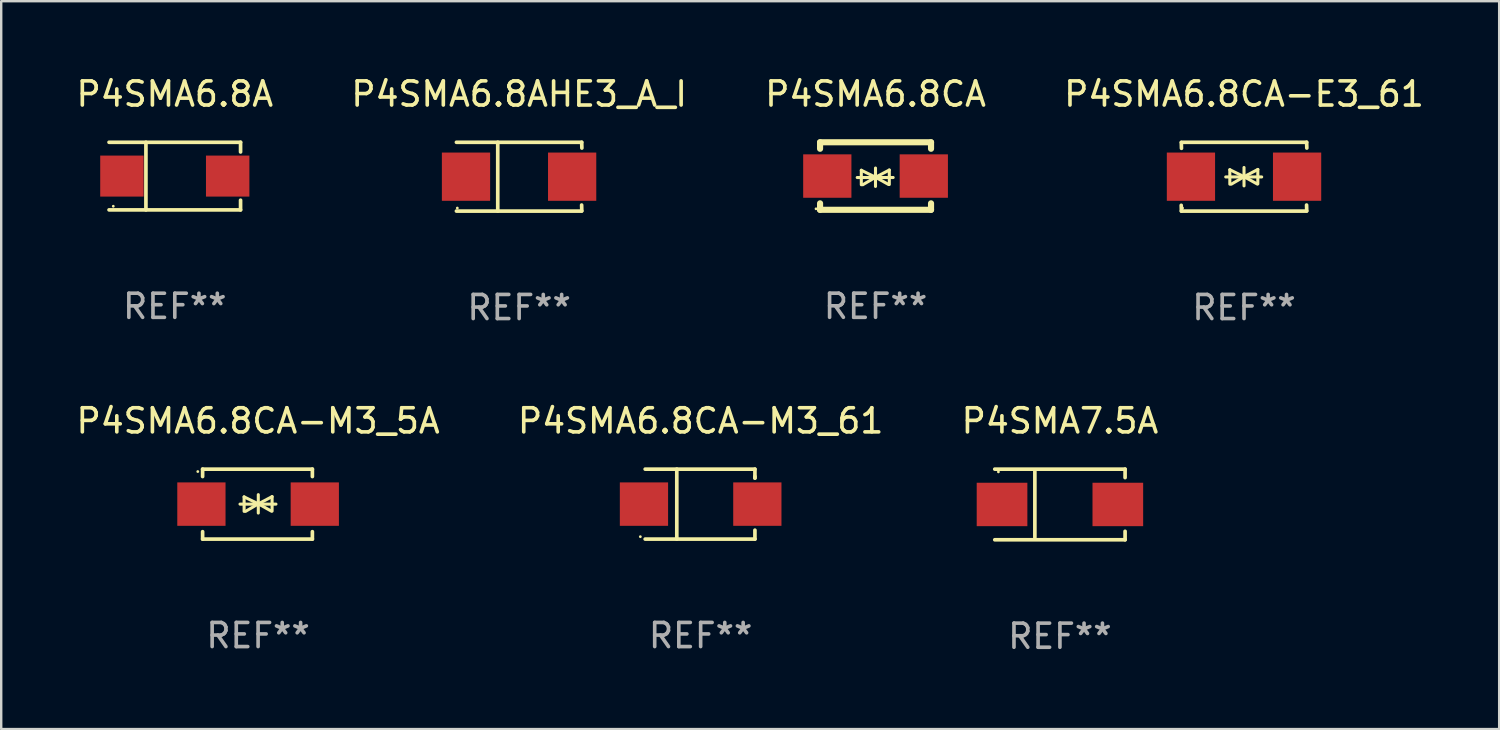
<source format=kicad_pcb>
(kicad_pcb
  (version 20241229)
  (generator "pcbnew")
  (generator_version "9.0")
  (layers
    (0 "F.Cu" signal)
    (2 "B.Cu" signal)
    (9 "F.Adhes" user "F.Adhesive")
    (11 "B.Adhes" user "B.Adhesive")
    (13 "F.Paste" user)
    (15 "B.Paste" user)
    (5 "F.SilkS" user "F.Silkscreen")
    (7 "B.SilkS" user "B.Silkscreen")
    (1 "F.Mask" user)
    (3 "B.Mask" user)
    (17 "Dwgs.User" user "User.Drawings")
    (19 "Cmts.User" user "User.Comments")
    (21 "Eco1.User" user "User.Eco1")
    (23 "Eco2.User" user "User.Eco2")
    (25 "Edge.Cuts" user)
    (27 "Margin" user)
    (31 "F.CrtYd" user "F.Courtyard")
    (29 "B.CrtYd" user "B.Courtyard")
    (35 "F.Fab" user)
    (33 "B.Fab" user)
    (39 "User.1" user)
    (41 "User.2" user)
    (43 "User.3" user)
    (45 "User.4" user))
  (footprint "P4SMA6.8CA-E3_61"
    (layer "F.Cu")
    (at 48.518 4.274)
    (property "Reference" "P4SMA6.8CA-E3_61" (at 0 -3.426 0) (layer "F.SilkS") (effects (font (size 1 1) (thickness 0.15))))
    (attr through_hole)
    (fp_line (start -2.596 -1.426) (end 2.596 -1.426) (stroke (width 0.152) (type solid)) (layer "F.SilkS"))
    (fp_line (start -2.596 1.426) (end -2.603 1.187) (stroke (width 0.152) (type solid)) (layer "F.SilkS"))
    (fp_line (start -2.596 1.426) (end 2.596 1.426) (stroke (width 0.152) (type solid)) (layer "F.SilkS"))
    (fp_line (start -2.593 -1.176) (end -2.6 -1.415) (stroke (width 0.152) (type solid)) (layer "F.SilkS"))
    (fp_line (start -0.758 0.011) (end 0.732 0.011) (stroke (width 0.127) (type solid)) (layer "F.SilkS"))
    (fp_line (start -0.588 -0.289) (end -0.588 0.311) (stroke (width 0.127) (type solid)) (layer "F.SilkS"))
    (fp_line (start -0.588 -0.289) (end 0 0) (stroke (width 0.127) (type solid)) (layer "F.SilkS"))
    (fp_line (start -0.528 0.311) (end 0 0) (stroke (width 0.127) (type solid)) (layer "F.SilkS"))
    (fp_line (start 0 0) (end 0 -0.381) (stroke (width 0.127) (type solid)) (layer "F.SilkS"))
    (fp_line (start 0 0) (end 0 0.381) (stroke (width 0.127) (type solid)) (layer "F.SilkS"))
    (fp_line (start 0.542 0.301) (end 0 0) (stroke (width 0.127) (type solid)) (layer "F.SilkS"))
    (fp_line (start 0.572 -0.299) (end 0 0) (stroke (width 0.127) (type solid)) (layer "F.SilkS"))
    (fp_line (start 0.572 -0.299) (end 0.572 0.301) (stroke (width 0.127) (type solid)) (layer "F.SilkS"))
    (fp_line (start 2.593 1.176) (end 2.6 1.415) (stroke (width 0.152) (type solid)) (layer "F.SilkS"))
    (fp_line (start 2.596 -1.426) (end 2.603 -1.187) (stroke (width 0.152) (type solid)) (layer "F.SilkS"))
    (fp_circle (center -2.55 1.3) (end -2.52 1.3) (stroke (width 0.06) (type solid)) (fill no) (layer "F.SilkS"))
    (fp_text user "REF**" (at 0 5.426 0) (layer "F.Fab") (effects (font (size 1 1) (thickness 0.15))))
    (pad "1" smd rect (at -2.2 0 180) (size 2 2) (layers "F.Cu" "F.Mask" "F.Paste"))
    (pad "2" smd rect (at 2.2 0 180) (size 2 2) (layers "F.Cu" "F.Mask" "F.Paste")))
  (footprint "P4SMA7.5A"
    (layer "F.Cu")
    (at 40.887 17.861)
    (property "Reference" "P4SMA7.5A" (at 0 -3.464 0) (layer "F.SilkS") (effects (font (size 1 1) (thickness 0.15))))
    (attr through_hole)
    (fp_line (start -2.701 -1.464) (end 2.701 -1.464) (stroke (width 0.152) (type solid)) (layer "F.SilkS"))
    (fp_line (start -2.701 1.464) (end 2.701 1.464) (stroke (width 0.152) (type solid)) (layer "F.SilkS"))
    (fp_line (start -1.039 -1.364) (end -1.039 1.364) (stroke (width 0.152) (type solid)) (layer "F.SilkS"))
    (fp_line (start 2.701 -1.464) (end 2.701 -1.113) (stroke (width 0.152) (type solid)) (layer "F.SilkS"))
    (fp_line (start 2.701 1.464) (end 2.701 1.113) (stroke (width 0.152) (type solid)) (layer "F.SilkS"))
    (fp_circle (center -2.55 -1.35) (end -2.52 -1.35) (stroke (width 0.06) (type solid)) (fill no) (layer "F.SilkS"))
    (fp_text user "REF**" (at 0 5.464 0) (layer "F.Fab") (effects (font (size 1 1) (thickness 0.15))))
    (pad "1" smd rect (at -2.4 0) (size 2.1 1.8) (layers "F.Cu" "F.Mask" "F.Paste"))
    (pad "2" smd rect (at 2.4 0) (size 2.1 1.8) (layers "F.Cu" "F.Mask" "F.Paste")))
  (footprint "P4SMA6.8AHE3_A_I"
    (layer "F.Cu")
    (at 18.47 4.274)
    (property "Reference" "P4SMA6.8AHE3_A_I" (at 0 -3.426 0) (layer "F.SilkS") (effects (font (size 1 1) (thickness 0.15))))
    (attr through_hole)
    (fp_line (start -2.6 -1.426) (end 2.593 -1.426) (stroke (width 0.152) (type solid)) (layer "F.SilkS"))
    (fp_line (start -2.6 1.426) (end 2.593 1.426) (stroke (width 0.152) (type solid)) (layer "F.SilkS"))
    (fp_line (start -0.887 -1.426) (end -0.887 1.426) (stroke (width 0.152) (type solid)) (layer "F.SilkS"))
    (fp_line (start 2.59 1.176) (end 2.597 1.415) (stroke (width 0.152) (type solid)) (layer "F.SilkS"))
    (fp_line (start 2.593 -1.426) (end 2.6 -1.187) (stroke (width 0.152) (type solid)) (layer "F.SilkS"))
    (fp_circle (center -2.563 1.3) (end -2.533 1.3) (stroke (width 0.06) (type solid)) (fill no) (layer "F.SilkS"))
    (fp_text user "REF**" (at 0 5.426 0) (layer "F.Fab") (effects (font (size 1 1) (thickness 0.15))))
    (pad "1" smd rect (at -2.203 -0.000025 180) (size 2 2) (layers "F.Cu" "F.Mask" "F.Paste"))
    (pad "2" smd rect (at 2.197 -0.000025 180) (size 2 2) (layers "F.Cu" "F.Mask" "F.Paste")))
  (footprint "P4SMA6.8CA"
    (layer "F.Cu")
    (at 33.244 4.248)
    (property "Reference" "P4SMA6.8CA" (at 0 -3.4 0) (layer "F.SilkS") (effects (font (size 1 1) (thickness 0.15))))
    (attr through_hole)
    (fp_line (start -2.3 -1.4) (end -2.3 -1.131) (stroke (width 0.254) (type solid)) (layer "F.SilkS"))
    (fp_line (start -2.3 -1.4) (end 2.3 -1.4) (stroke (width 0.254) (type solid)) (layer "F.SilkS"))
    (fp_line (start -2.3 1.131) (end -2.3 1.4) (stroke (width 0.254) (type solid)) (layer "F.SilkS"))
    (fp_line (start -2.3 1.4) (end 2.3 1.4) (stroke (width 0.254) (type solid)) (layer "F.SilkS"))
    (fp_line (start -0.76 0.06) (end 0.73 0.06) (stroke (width 0.127) (type solid)) (layer "F.SilkS"))
    (fp_line (start -0.59 -0.24) (end -0.59 0.36) (stroke (width 0.127) (type solid)) (layer "F.SilkS"))
    (fp_line (start -0.59 -0.24) (end -0.002 0.049) (stroke (width 0.127) (type solid)) (layer "F.SilkS"))
    (fp_line (start -0.53 0.36) (end -0.002 0.049) (stroke (width 0.127) (type solid)) (layer "F.SilkS"))
    (fp_line (start -0.002 0.049) (end -0.002 -0.332) (stroke (width 0.127) (type solid)) (layer "F.SilkS"))
    (fp_line (start -0.002 0.049) (end -0.002 0.43) (stroke (width 0.127) (type solid)) (layer "F.SilkS"))
    (fp_line (start 0.54 0.35) (end -0.002 0.049) (stroke (width 0.127) (type solid)) (layer "F.SilkS"))
    (fp_line (start 0.57 -0.25) (end -0.002 0.049) (stroke (width 0.127) (type solid)) (layer "F.SilkS"))
    (fp_line (start 0.57 -0.25) (end 0.57 0.35) (stroke (width 0.127) (type solid)) (layer "F.SilkS"))
    (fp_line (start 2.3 -1.4) (end 2.3 -1.131) (stroke (width 0.254) (type solid)) (layer "F.SilkS"))
    (fp_line (start 2.3 1.131) (end 2.3 1.4) (stroke (width 0.254) (type solid)) (layer "F.SilkS"))
    (fp_circle (center -2.467 1.358) (end -2.437 1.358) (stroke (width 0.06) (type solid)) (fill no) (layer "F.SilkS"))
    (fp_text user "REF**" (at 0 5.4 0) (layer "F.Fab") (effects (font (size 1 1) (thickness 0.15))))
    (pad "1" smd rect (at -2 0.000127) (size 2 1.8) (layers "F.Cu" "F.Mask" "F.Paste"))
    (pad "2" smd rect (at 2 0.000127) (size 2 1.8) (layers "F.Cu" "F.Mask" "F.Paste")))
  (footprint "P4SMA6.8CA-M3_61"
    (layer "F.Cu")
    (at 25.994 17.847)
    (property "Reference" "P4SMA6.8CA-M3_61" (at 0 -3.45 0) (layer "F.SilkS") (effects (font (size 1 1) (thickness 0.15))))
    (attr through_hole)
    (fp_line (start -2.3 -1.45) (end 2.25 -1.45) (stroke (width 0.152) (type solid)) (layer "F.SilkS"))
    (fp_line (start -0.989 -1.45) (end -0.989 1.45) (stroke (width 0.152) (type solid)) (layer "F.SilkS"))
    (fp_line (start 2.25 -1.45) (end 2.25 -1.08) (stroke (width 0.152) (type solid)) (layer "F.SilkS"))
    (fp_line (start 2.25 -1.08) (end 2.25 -1.142) (stroke (width 0.152) (type solid)) (layer "F.SilkS"))
    (fp_line (start 2.25 1.45) (end -2.3 1.45) (stroke (width 0.152) (type solid)) (layer "F.SilkS"))
    (fp_line (start 2.25 1.45) (end 2.25 1.08) (stroke (width 0.152) (type solid)) (layer "F.SilkS"))
    (fp_circle (center -2.5 1.35) (end -2.47 1.35) (stroke (width 0.06) (type solid)) (fill no) (layer "F.SilkS"))
    (fp_text user "REF**" (at 0 5.45 0) (layer "F.Fab") (effects (font (size 1 1) (thickness 0.15))))
    (pad "1" smd rect (at -2.35 0.000025) (size 2 1.8) (layers "F.Cu" "F.Mask" "F.Paste"))
    (pad "2" smd rect (at 2.35 0.000025) (size 2 1.8) (layers "F.Cu" "F.Mask" "F.Paste")))
  (footprint "P4SMA6.8A"
    (layer "F.Cu")
    (at 4.196 4.249)
    (property "Reference" "P4SMA6.8A" (at 0 -3.401 0) (layer "F.SilkS") (effects (font (size 1 1) (thickness 0.15))))
    (attr through_hole)
    (fp_line (start -2.726 -1.401) (end 2.726 -1.401) (stroke (width 0.152) (type solid)) (layer "F.SilkS"))
    (fp_line (start -2.726 1.401) (end 2.726 1.401) (stroke (width 0.152) (type solid)) (layer "F.SilkS"))
    (fp_line (start -1.197 -1.401) (end -1.197 1.401) (stroke (width 0.152) (type solid)) (layer "F.SilkS"))
    (fp_line (start 2.726 -1.401) (end 2.726 -1) (stroke (width 0.152) (type solid)) (layer "F.SilkS"))
    (fp_line (start 2.726 1.401) (end 2.726 1) (stroke (width 0.152) (type solid)) (layer "F.SilkS"))
    (fp_circle (center -2.55 1.25) (end -2.52 1.25) (stroke (width 0.06) (type solid)) (fill no) (layer "F.SilkS"))
    (fp_text user "REF**" (at 0 5.401 0) (layer "F.Fab") (effects (font (size 1 1) (thickness 0.15))))
    (pad "1" smd rect (at -2.192 0) (size 1.8 1.7) (layers "F.Cu" "F.Mask" "F.Paste"))
    (pad "2" smd rect (at 2.192 0) (size 1.8 1.7) (layers "F.Cu" "F.Mask" "F.Paste")))
  (footprint "P4SMA6.8CA-M3_5A"
    (layer "F.Cu")
    (at 7.649 17.847)
    (property "Reference" "P4SMA6.8CA-M3_5A" (at 0 -3.45 0) (layer "F.SilkS") (effects (font (size 1 1) (thickness 0.15))))
    (attr through_hole)
    (fp_line (start -2.3 -1.45) (end -2.3 -1.143) (stroke (width 0.152) (type solid)) (layer "F.SilkS"))
    (fp_line (start -2.3 -1.45) (end 2.25 -1.45) (stroke (width 0.152) (type solid)) (layer "F.SilkS"))
    (fp_line (start -2.3 1.45) (end -2.3 1.143) (stroke (width 0.152) (type solid)) (layer "F.SilkS"))
    (fp_line (start -0.75 0.000025) (end 0.74 0.000025) (stroke (width 0.127) (type solid)) (layer "F.SilkS"))
    (fp_line (start -0.58 -0.3) (end -0.58 0.3) (stroke (width 0.127) (type solid)) (layer "F.SilkS"))
    (fp_line (start -0.58 -0.3) (end 0.008 -0.011) (stroke (width 0.127) (type solid)) (layer "F.SilkS"))
    (fp_line (start -0.52 0.3) (end 0.008 -0.011) (stroke (width 0.127) (type solid)) (layer "F.SilkS"))
    (fp_line (start 0.008 -0.011) (end 0.008 -0.392) (stroke (width 0.127) (type solid)) (layer "F.SilkS"))
    (fp_line (start 0.008 -0.011) (end 0.008 0.37) (stroke (width 0.127) (type solid)) (layer "F.SilkS"))
    (fp_line (start 0.55 0.29) (end 0.008 -0.011) (stroke (width 0.127) (type solid)) (layer "F.SilkS"))
    (fp_line (start 0.58 -0.31) (end 0.008 -0.011) (stroke (width 0.127) (type solid)) (layer "F.SilkS"))
    (fp_line (start 0.58 -0.31) (end 0.58 0.29) (stroke (width 0.127) (type solid)) (layer "F.SilkS"))
    (fp_line (start 2.25 -1.45) (end 2.25 -1.143) (stroke (width 0.152) (type solid)) (layer "F.SilkS"))
    (fp_line (start 2.25 1.45) (end -2.3 1.45) (stroke (width 0.152) (type solid)) (layer "F.SilkS"))
    (fp_line (start 2.25 1.45) (end 2.25 1.143) (stroke (width 0.152) (type solid)) (layer "F.SilkS"))
    (fp_circle (center -2.5 -1.35) (end -2.47 -1.35) (stroke (width 0.06) (type solid)) (fill no) (layer "F.SilkS"))
    (fp_text user "REF**" (at 0 5.45 0) (layer "F.Fab") (effects (font (size 1 1) (thickness 0.15))))
    (pad "1" smd rect (at -2.35 -0.000025) (size 2 1.8) (layers "F.Cu" "F.Mask" "F.Paste"))
    (pad "2" smd rect (at 2.35 -0.000025) (size 2 1.8) (layers "F.Cu" "F.Mask" "F.Paste")))
  (gr_rect
    (start -3 -3)
    (end 59.095 27.173)
    (stroke (width 0.1) (type default))
    (fill no)
    (layer "Edge.Cuts")))
</source>
